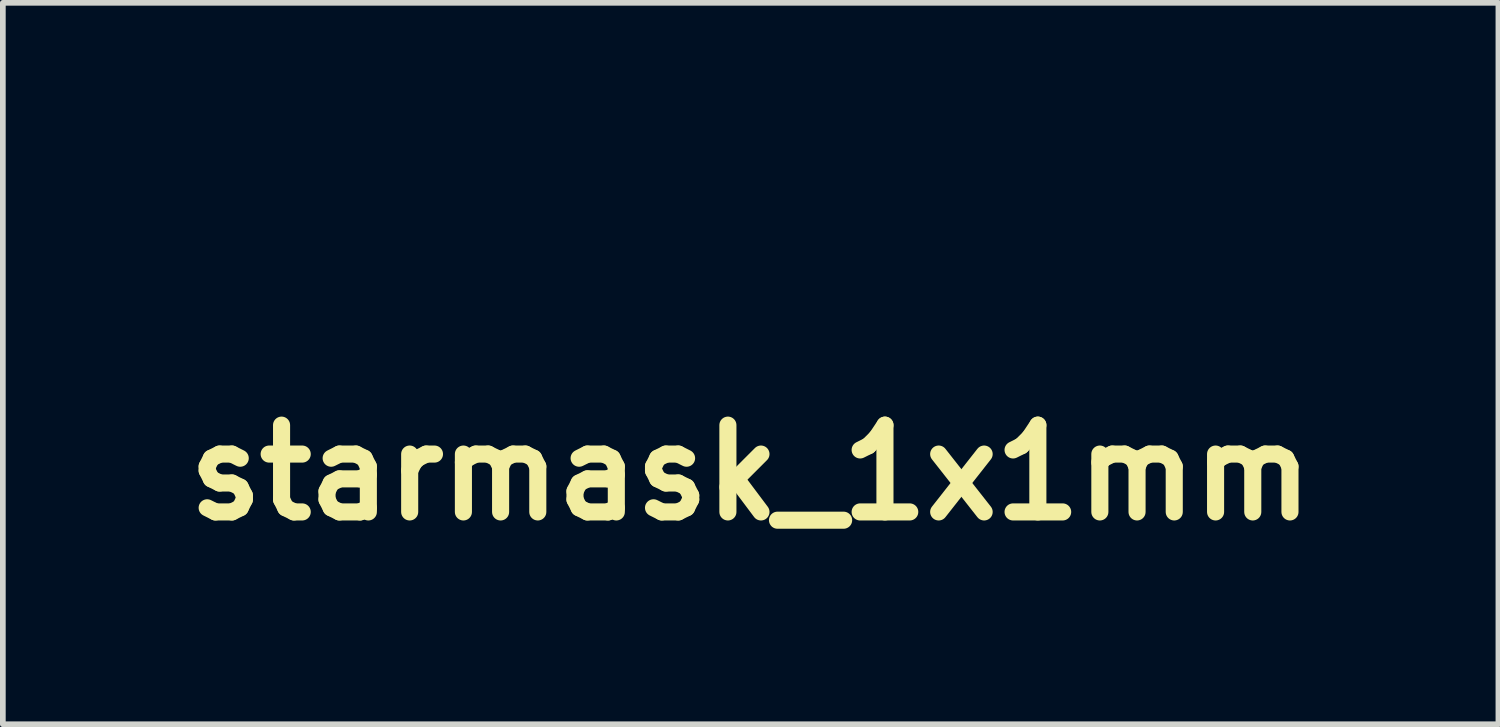
<source format=kicad_pcb>
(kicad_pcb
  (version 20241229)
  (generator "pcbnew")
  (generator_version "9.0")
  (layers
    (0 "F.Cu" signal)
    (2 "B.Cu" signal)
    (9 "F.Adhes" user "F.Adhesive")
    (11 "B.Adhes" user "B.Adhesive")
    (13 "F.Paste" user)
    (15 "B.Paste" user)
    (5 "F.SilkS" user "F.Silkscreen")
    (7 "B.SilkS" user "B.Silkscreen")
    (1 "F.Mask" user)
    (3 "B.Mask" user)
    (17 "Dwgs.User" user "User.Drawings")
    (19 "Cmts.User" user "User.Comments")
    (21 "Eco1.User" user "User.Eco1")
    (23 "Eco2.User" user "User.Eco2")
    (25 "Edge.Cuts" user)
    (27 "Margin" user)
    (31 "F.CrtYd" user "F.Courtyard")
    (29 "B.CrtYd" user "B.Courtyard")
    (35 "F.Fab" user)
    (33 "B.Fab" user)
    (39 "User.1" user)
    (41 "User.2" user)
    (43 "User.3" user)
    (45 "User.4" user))
  (footprint "starmask_1x1mm"
    (layer "F.Cu")
    (at 10.131 0.25)
    (property "Reference" "starmask_1x1mm" (at 0 5 0) (layer "F.SilkS") (effects (font (size 1.524 1.524) (thickness 0.3))))
    (attr through_hole)
    (fp_poly (pts (xy 0 0) (xy -0.1 0.4) (xy -0.5 0.5) (xy -0.1 0.6) (xy 0 1) (xy 0.1 0.6) (xy 0.5 0.5) (xy 0.1 0.4)) (stroke (width 0.01) (type solid)) (fill yes) (layer "F.Mask")))
  (gr_rect
    (start -3 -3)
    (end 23.262 9.668)
    (stroke (width 0.1) (type default))
    (fill no)
    (layer "Edge.Cuts")))
</source>
